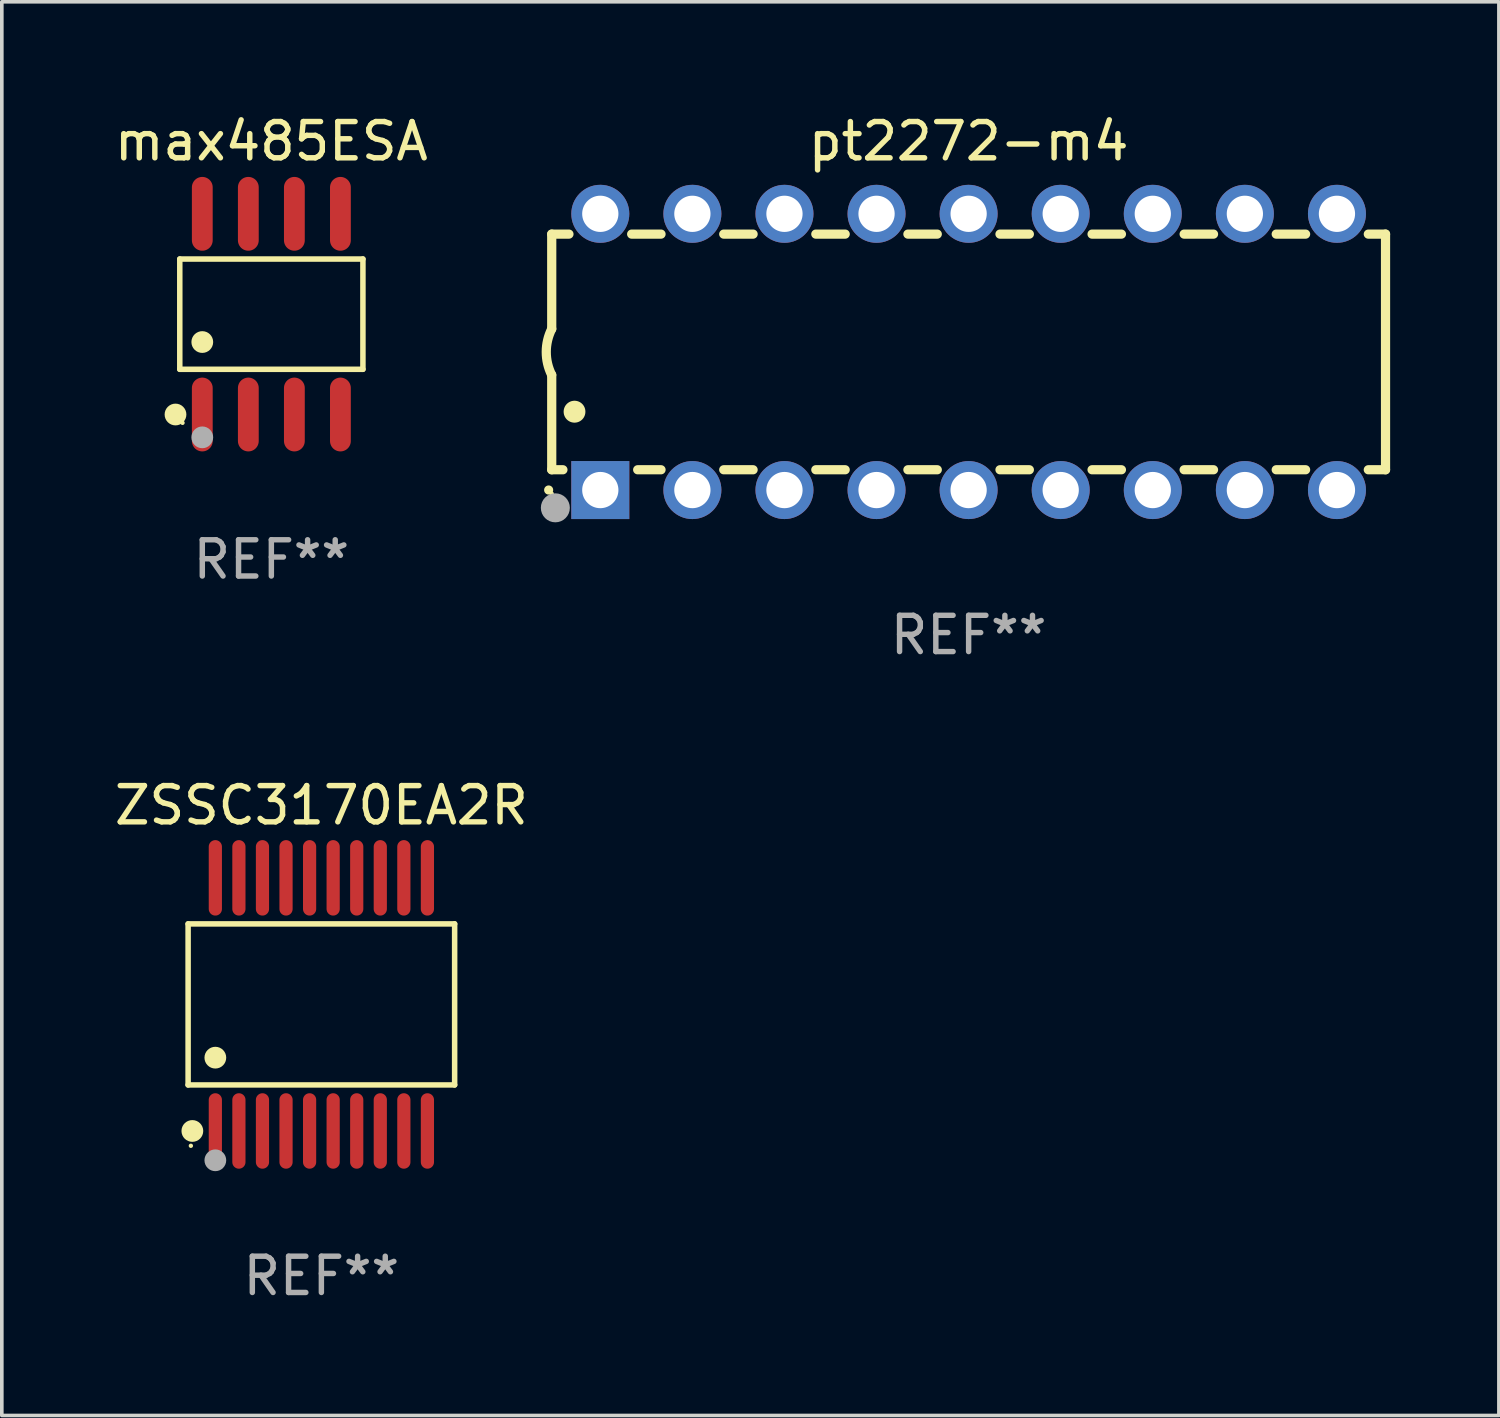
<source format=kicad_pcb>
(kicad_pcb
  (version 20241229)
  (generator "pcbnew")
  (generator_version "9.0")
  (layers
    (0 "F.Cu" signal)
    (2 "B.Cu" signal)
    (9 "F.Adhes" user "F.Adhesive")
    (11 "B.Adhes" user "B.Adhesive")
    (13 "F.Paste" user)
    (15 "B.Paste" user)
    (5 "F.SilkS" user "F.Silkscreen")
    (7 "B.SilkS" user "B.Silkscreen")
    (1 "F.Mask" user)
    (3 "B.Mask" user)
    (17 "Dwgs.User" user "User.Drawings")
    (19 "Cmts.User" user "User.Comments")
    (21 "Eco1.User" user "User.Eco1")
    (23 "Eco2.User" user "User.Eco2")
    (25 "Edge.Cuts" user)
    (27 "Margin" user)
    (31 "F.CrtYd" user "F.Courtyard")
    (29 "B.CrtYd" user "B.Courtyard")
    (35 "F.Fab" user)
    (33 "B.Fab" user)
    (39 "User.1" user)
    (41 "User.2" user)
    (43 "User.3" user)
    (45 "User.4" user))
  (footprint "ZSSC3170EA2R"
    (layer "F.Cu")
    (at 5.815 24.656)
    (property "Reference" "ZSSC3170EA2R" (at 0 -5.491 0) (layer "F.SilkS") (effects (font (size 1 1) (thickness 0.15))))
    (attr through_hole)
    (fp_line (start -3.676 -2.221) (end 3.676 -2.221) (stroke (width 0.152) (type solid)) (layer "F.SilkS"))
    (fp_line (start -3.676 2.221) (end -3.676 -2.221) (stroke (width 0.152) (type solid)) (layer "F.SilkS"))
    (fp_line (start 3.676 -2.221) (end 3.676 2.221) (stroke (width 0.152) (type solid)) (layer "F.SilkS"))
    (fp_line (start 3.676 2.221) (end -3.676 2.221) (stroke (width 0.152) (type solid)) (layer "F.SilkS"))
    (fp_circle (center -3.6 3.9) (end -3.57 3.9) (stroke (width 0.06) (type solid)) (fill no) (layer "F.SilkS"))
    (fp_circle (center -3.559 3.491) (end -3.409 3.491) (stroke (width 0.3) (type solid)) (fill no) (layer "F.SilkS"))
    (fp_circle (center -2.925 1.469) (end -2.775 1.469) (stroke (width 0.3) (type solid)) (fill no) (layer "F.SilkS"))
    (fp_circle (center -2.925 4.3) (end -2.775 4.3) (stroke (width 0.3) (type solid)) (fill no) (layer "F.Fab"))
    (fp_text user "REF**" (at 0 7.491 0) (layer "F.Fab") (effects (font (size 1 1) (thickness 0.15))))
    (pad "1" smd oval (at -2.925 3.491) (size 0.364 2.082) (layers "F.Cu" "F.Mask" "F.Paste"))
    (pad "2" smd oval (at -2.275 3.491) (size 0.364 2.082) (layers "F.Cu" "F.Mask" "F.Paste"))
    (pad "3" smd oval (at -1.625 3.491) (size 0.364 2.082) (layers "F.Cu" "F.Mask" "F.Paste"))
    (pad "4" smd oval (at -0.975 3.491) (size 0.364 2.082) (layers "F.Cu" "F.Mask" "F.Paste"))
    (pad "5" smd oval (at -0.325 3.491) (size 0.364 2.082) (layers "F.Cu" "F.Mask" "F.Paste"))
    (pad "6" smd oval (at 0.325 3.491) (size 0.364 2.082) (layers "F.Cu" "F.Mask" "F.Paste"))
    (pad "7" smd oval (at 0.975 3.491) (size 0.364 2.082) (layers "F.Cu" "F.Mask" "F.Paste"))
    (pad "8" smd oval (at 1.625 3.491) (size 0.364 2.082) (layers "F.Cu" "F.Mask" "F.Paste"))
    (pad "9" smd oval (at 2.275 3.491) (size 0.364 2.082) (layers "F.Cu" "F.Mask" "F.Paste"))
    (pad "10" smd oval (at 2.925 3.491) (size 0.364 2.082) (layers "F.Cu" "F.Mask" "F.Paste"))
    (pad "11" smd oval (at 2.925 -3.491) (size 0.364 2.082) (layers "F.Cu" "F.Mask" "F.Paste"))
    (pad "12" smd oval (at 2.275 -3.491) (size 0.364 2.082) (layers "F.Cu" "F.Mask" "F.Paste"))
    (pad "13" smd oval (at 1.625 -3.491) (size 0.364 2.082) (layers "F.Cu" "F.Mask" "F.Paste"))
    (pad "14" smd oval (at 0.975 -3.491) (size 0.364 2.082) (layers "F.Cu" "F.Mask" "F.Paste"))
    (pad "15" smd oval (at 0.325 -3.491) (size 0.364 2.082) (layers "F.Cu" "F.Mask" "F.Paste"))
    (pad "16" smd oval (at -0.325 -3.491) (size 0.364 2.082) (layers "F.Cu" "F.Mask" "F.Paste"))
    (pad "17" smd oval (at -0.975 -3.491) (size 0.364 2.082) (layers "F.Cu" "F.Mask" "F.Paste"))
    (pad "18" smd oval (at -1.625 -3.491) (size 0.364 2.082) (layers "F.Cu" "F.Mask" "F.Paste"))
    (pad "19" smd oval (at -2.275 -3.491) (size 0.364 2.082) (layers "F.Cu" "F.Mask" "F.Paste"))
    (pad "20" smd oval (at -2.925 -3.491) (size 0.364 2.082) (layers "F.Cu" "F.Mask" "F.Paste")))
  (footprint "pt2272-m4"
    (layer "F.Cu")
    (at 23.669 6.658)
    (property "Reference" "pt2272-m4" (at 0 -5.81 0) (layer "F.SilkS") (effects (font (size 1 1) (thickness 0.15))))
    (attr through_hole)
    (fp_line (start -11.5 -3.25) (end -11.5 -0.635) (stroke (width 0.254) (type solid)) (layer "F.SilkS"))
    (fp_line (start -11.5 3.25) (end -11.5 0.635) (stroke (width 0.254) (type solid)) (layer "F.SilkS"))
    (fp_line (start -11.5 3.25) (end -11.191 3.25) (stroke (width 0.254) (type solid)) (layer "F.SilkS"))
    (fp_line (start -11.025 -3.25) (end -11.5 -3.25) (stroke (width 0.254) (type solid)) (layer "F.SilkS"))
    (fp_line (start -9.129 3.25) (end -8.485 3.25) (stroke (width 0.254) (type solid)) (layer "F.SilkS"))
    (fp_line (start -8.485 -3.25) (end -9.295 -3.25) (stroke (width 0.254) (type solid)) (layer "F.SilkS"))
    (fp_line (start -6.755 3.25) (end -5.945 3.25) (stroke (width 0.254) (type solid)) (layer "F.SilkS"))
    (fp_line (start -5.945 -3.25) (end -6.755 -3.25) (stroke (width 0.254) (type solid)) (layer "F.SilkS"))
    (fp_line (start -4.215 3.25) (end -3.405 3.25) (stroke (width 0.254) (type solid)) (layer "F.SilkS"))
    (fp_line (start -3.405 -3.25) (end -4.215 -3.25) (stroke (width 0.254) (type solid)) (layer "F.SilkS"))
    (fp_line (start -1.675 3.25) (end -0.865 3.25) (stroke (width 0.254) (type solid)) (layer "F.SilkS"))
    (fp_line (start -0.865 -3.25) (end -1.675 -3.25) (stroke (width 0.254) (type solid)) (layer "F.SilkS"))
    (fp_line (start 0.865 3.25) (end 1.675 3.25) (stroke (width 0.254) (type solid)) (layer "F.SilkS"))
    (fp_line (start 1.675 -3.25) (end 0.865 -3.25) (stroke (width 0.254) (type solid)) (layer "F.SilkS"))
    (fp_line (start 3.405 3.25) (end 4.215 3.25) (stroke (width 0.254) (type solid)) (layer "F.SilkS"))
    (fp_line (start 4.215 -3.25) (end 3.405 -3.25) (stroke (width 0.254) (type solid)) (layer "F.SilkS"))
    (fp_line (start 5.945 3.25) (end 6.755 3.25) (stroke (width 0.254) (type solid)) (layer "F.SilkS"))
    (fp_line (start 6.755 -3.25) (end 5.945 -3.25) (stroke (width 0.254) (type solid)) (layer "F.SilkS"))
    (fp_line (start 8.485 3.25) (end 9.295 3.25) (stroke (width 0.254) (type solid)) (layer "F.SilkS"))
    (fp_line (start 9.295 -3.25) (end 8.485 -3.25) (stroke (width 0.254) (type solid)) (layer "F.SilkS"))
    (fp_line (start 11.025 3.25) (end 11.5 3.25) (stroke (width 0.254) (type solid)) (layer "F.SilkS"))
    (fp_line (start 11.5 -3.25) (end 11.025 -3.25) (stroke (width 0.254) (type solid)) (layer "F.SilkS"))
    (fp_line (start 11.5 -3.25) (end 11.5 3.25) (stroke (width 0.254) (type solid)) (layer "F.SilkS"))
    (fp_arc (start -11.584963 3.810008) (mid -11.58497 3.808738) (end -11.584963 3.807468) (stroke (width 0.25) (type solid)) (layer "F.SilkS"))
    (fp_arc (start -11.501143 0.635001) (mid -11.650665 -0.000132) (end -11.500025 -0.635001) (stroke (width 0.254001) (type solid)) (layer "F.SilkS"))
    (fp_arc (start -10.871222 1.651003) (mid -10.871233 1.648463) (end -10.871222 1.645923) (stroke (width 0.6) (type solid)) (layer "F.SilkS"))
    (fp_circle (center -11.5 3.91) (end -11.47 3.91) (stroke (width 0.06) (type solid)) (fill no) (layer "F.SilkS"))
    (fp_circle (center -11.4 4.3) (end -11.2 4.3) (stroke (width 0.4) (type solid)) (fill no) (layer "F.Fab"))
    (fp_text user "REF**" (at 0 7.81 0) (layer "F.Fab") (effects (font (size 1 1) (thickness 0.15))))
    (pad "1" thru_hole rect (at -10.16 3.81 90) (size 1.6 1.6) (drill 1) (layers "*.Cu" "*.Mask"))
    (pad "2" thru_hole circle (at -7.62 3.81 90) (size 1.6 1.6) (drill 1) (layers "*.Cu" "*.Mask"))
    (pad "3" thru_hole circle (at -5.08 3.81 90) (size 1.6 1.6) (drill 1) (layers "*.Cu" "*.Mask"))
    (pad "4" thru_hole circle (at -2.54 3.81 90) (size 1.6 1.6) (drill 1) (layers "*.Cu" "*.Mask"))
    (pad "5" thru_hole circle (at 0 3.81 90) (size 1.6 1.6) (drill 1) (layers "*.Cu" "*.Mask"))
    (pad "6" thru_hole circle (at 2.54 3.81 90) (size 1.6 1.6) (drill 1) (layers "*.Cu" "*.Mask"))
    (pad "7" thru_hole circle (at 5.08 3.81 90) (size 1.6 1.6) (drill 1) (layers "*.Cu" "*.Mask"))
    (pad "8" thru_hole circle (at 7.62 3.81 90) (size 1.6 1.6) (drill 1) (layers "*.Cu" "*.Mask"))
    (pad "9" thru_hole circle (at 10.16 3.81 90) (size 1.6 1.6) (drill 1) (layers "*.Cu" "*.Mask"))
    (pad "10" thru_hole circle (at 10.16 -3.81 90) (size 1.6 1.6) (drill 1) (layers "*.Cu" "*.Mask"))
    (pad "11" thru_hole circle (at 7.62 -3.81 90) (size 1.6 1.6) (drill 1) (layers "*.Cu" "*.Mask"))
    (pad "12" thru_hole circle (at 5.08 -3.81 90) (size 1.6 1.6) (drill 1) (layers "*.Cu" "*.Mask"))
    (pad "13" thru_hole circle (at 2.54 -3.81 90) (size 1.6 1.6) (drill 1) (layers "*.Cu" "*.Mask"))
    (pad "14" thru_hole circle (at 0 -3.81 90) (size 1.6 1.6) (drill 1) (layers "*.Cu" "*.Mask"))
    (pad "15" thru_hole circle (at -2.54 -3.81 90) (size 1.6 1.6) (drill 1) (layers "*.Cu" "*.Mask"))
    (pad "16" thru_hole circle (at -5.08 -3.81 90) (size 1.6 1.6) (drill 1) (layers "*.Cu" "*.Mask"))
    (pad "17" thru_hole circle (at -7.62 -3.81 90) (size 1.6 1.6) (drill 1) (layers "*.Cu" "*.Mask"))
    (pad "18" thru_hole circle (at -10.16 -3.81 90) (size 1.6 1.6) (drill 1) (layers "*.Cu" "*.Mask")))
  (footprint "max485ESA"
    (layer "F.Cu")
    (at 4.435 5.616)
    (property "Reference" "max485ESA" (at 0 -4.768 0) (layer "F.SilkS") (effects (font (size 1 1) (thickness 0.15))))
    (attr through_hole)
    (fp_line (start -2.526 -1.521) (end 2.526 -1.521) (stroke (width 0.152) (type solid)) (layer "F.SilkS"))
    (fp_line (start -2.526 1.521) (end -2.526 -1.521) (stroke (width 0.152) (type solid)) (layer "F.SilkS"))
    (fp_line (start 2.526 -1.521) (end 2.526 1.521) (stroke (width 0.152) (type solid)) (layer "F.SilkS"))
    (fp_line (start 2.526 1.521) (end -2.526 1.521) (stroke (width 0.152) (type solid)) (layer "F.SilkS"))
    (fp_circle (center -2.644 2.768) (end -2.494 2.768) (stroke (width 0.3) (type solid)) (fill no) (layer "F.SilkS"))
    (fp_circle (center -2.45 2.998) (end -2.42 2.998) (stroke (width 0.06) (type solid)) (fill no) (layer "F.SilkS"))
    (fp_circle (center -1.905 0.769) (end -1.755 0.769) (stroke (width 0.3) (type solid)) (fill no) (layer "F.SilkS"))
    (fp_circle (center -1.905 3.398) (end -1.755 3.398) (stroke (width 0.3) (type solid)) (fill no) (layer "F.Fab"))
    (fp_text user "REF**" (at 0 6.768 0) (layer "F.Fab") (effects (font (size 1 1) (thickness 0.15))))
    (pad "1" smd oval (at -1.905 2.768) (size 0.574 2.036) (layers "F.Cu" "F.Mask" "F.Paste"))
    (pad "2" smd oval (at -0.635 2.768) (size 0.574 2.036) (layers "F.Cu" "F.Mask" "F.Paste"))
    (pad "3" smd oval (at 0.635 2.768) (size 0.574 2.036) (layers "F.Cu" "F.Mask" "F.Paste"))
    (pad "4" smd oval (at 1.905 2.768) (size 0.574 2.036) (layers "F.Cu" "F.Mask" "F.Paste"))
    (pad "5" smd oval (at 1.905 -2.768) (size 0.574 2.036) (layers "F.Cu" "F.Mask" "F.Paste"))
    (pad "6" smd oval (at 0.635 -2.768) (size 0.574 2.036) (layers "F.Cu" "F.Mask" "F.Paste"))
    (pad "7" smd oval (at -0.635 -2.768) (size 0.574 2.036) (layers "F.Cu" "F.Mask" "F.Paste"))
    (pad "8" smd oval (at -1.905 -2.768) (size 0.574 2.036) (layers "F.Cu" "F.Mask" "F.Paste")))
  (gr_rect
    (start -3 -3)
    (end 38.296 35.995)
    (stroke (width 0.1) (type default))
    (fill no)
    (layer "Edge.Cuts")))
</source>
